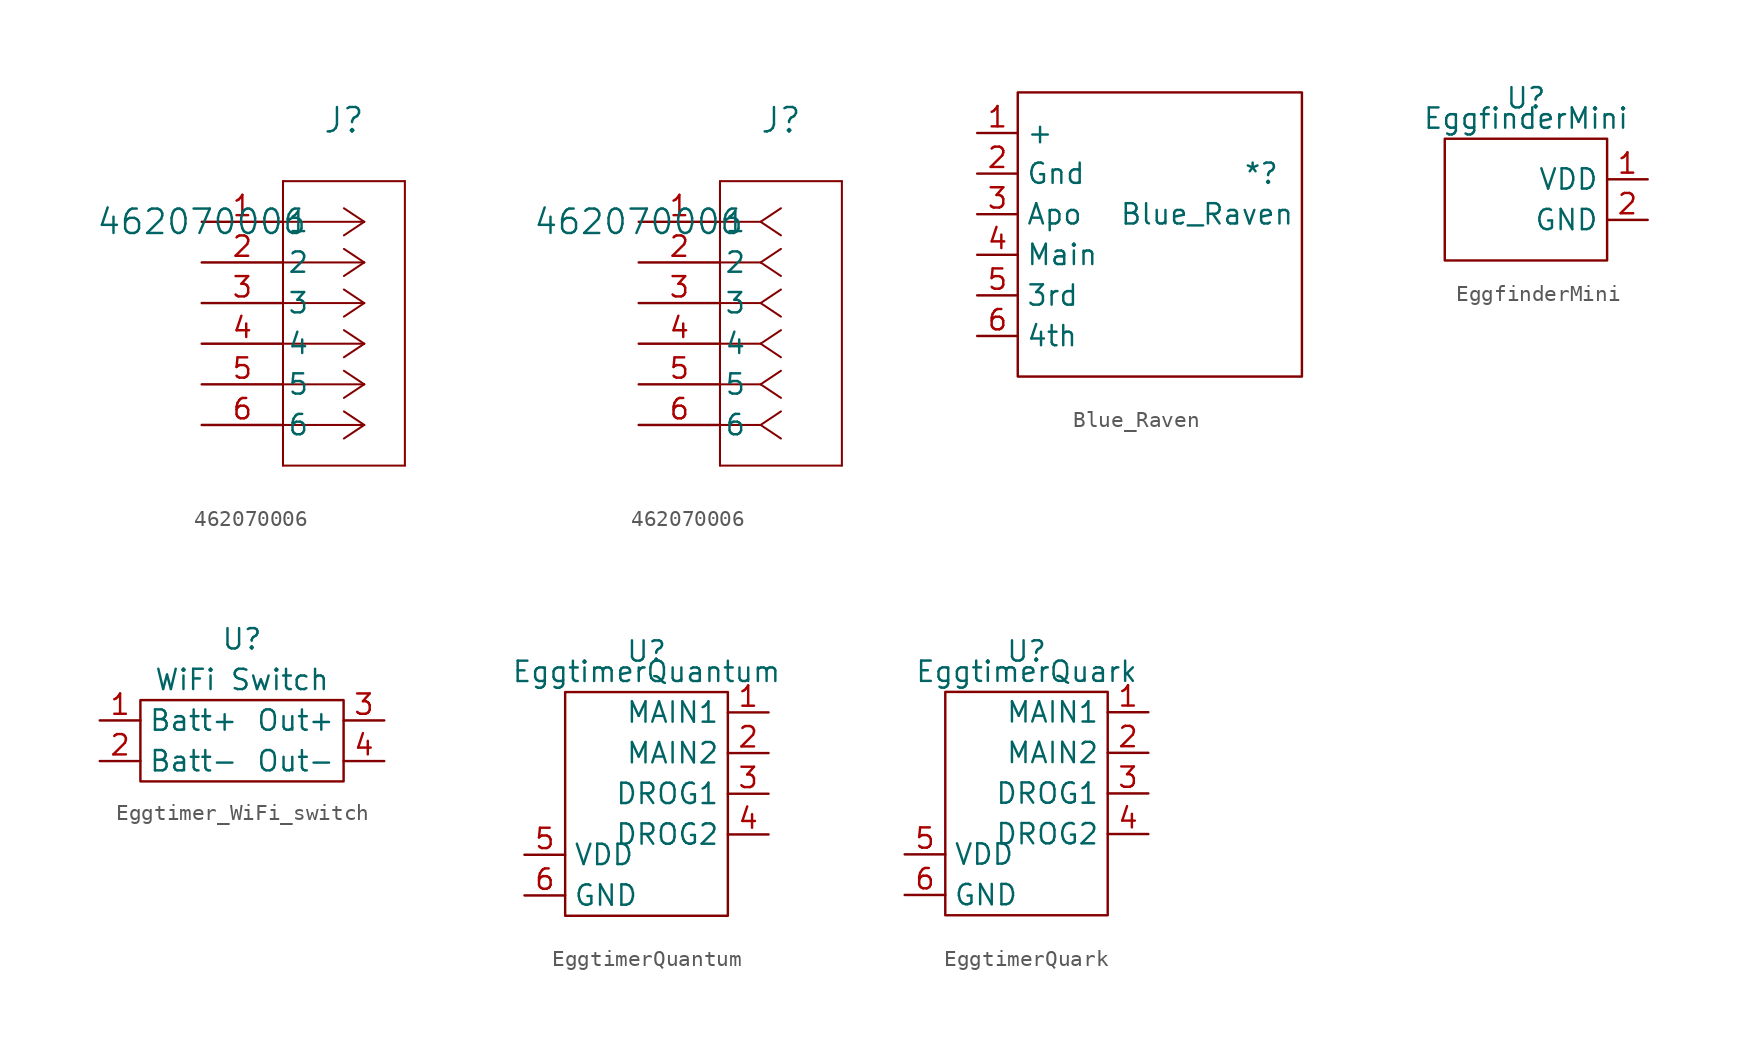
<source format=kicad_sym>
(kicad_symbol_lib
  (version 20220914)
  (generator kicad_symbol_editor)
  (symbol "462070006"
    (pin_names
      (offset 0.254))
    (property "Reference" "J"
      (at 8.89 6.35 0)
      (effects (font (size 1.524 1.524))))
    (property "Value" "462070006"
      (at 0 0 0)
      (effects (font (size 1.524 1.524))))
    (property "ki_locked" ""
      (at 0 0 0)
      (effects (font (size 1.27 1.27))))
    (symbol "462070006_1_1"
      (polyline (pts (xy 5.08 -15.24) (xy 12.7 -15.24)) (stroke (width 0.127) (type default)) (fill (type none)))
      (polyline (pts (xy 5.08 2.54) (xy 5.08 -15.24)) (stroke (width 0.127) (type default)) (fill (type none)))
      (polyline (pts (xy 10.16 -12.7) (xy 5.08 -12.7)) (stroke (width 0.127) (type default)) (fill (type none)))
      (polyline (pts (xy 10.16 -12.7) (xy 8.89 -13.547)) (stroke (width 0.127) (type default)) (fill (type none)))
      (polyline (pts (xy 10.16 -12.7) (xy 8.89 -11.853)) (stroke (width 0.127) (type default)) (fill (type none)))
      (polyline (pts (xy 10.16 -10.16) (xy 5.08 -10.16)) (stroke (width 0.127) (type default)) (fill (type none)))
      (polyline (pts (xy 10.16 -10.16) (xy 8.89 -11.007)) (stroke (width 0.127) (type default)) (fill (type none)))
      (polyline (pts (xy 10.16 -10.16) (xy 8.89 -9.313)) (stroke (width 0.127) (type default)) (fill (type none)))
      (polyline (pts (xy 10.16 -7.62) (xy 5.08 -7.62)) (stroke (width 0.127) (type default)) (fill (type none)))
      (polyline (pts (xy 10.16 -7.62) (xy 8.89 -8.467)) (stroke (width 0.127) (type default)) (fill (type none)))
      (polyline (pts (xy 10.16 -7.62) (xy 8.89 -6.773)) (stroke (width 0.127) (type default)) (fill (type none)))
      (polyline (pts (xy 10.16 -5.08) (xy 5.08 -5.08)) (stroke (width 0.127) (type default)) (fill (type none)))
      (polyline (pts (xy 10.16 -5.08) (xy 8.89 -5.927)) (stroke (width 0.127) (type default)) (fill (type none)))
      (polyline (pts (xy 10.16 -5.08) (xy 8.89 -4.233)) (stroke (width 0.127) (type default)) (fill (type none)))
      (polyline (pts (xy 10.16 -2.54) (xy 5.08 -2.54)) (stroke (width 0.127) (type default)) (fill (type none)))
      (polyline (pts (xy 10.16 -2.54) (xy 8.89 -3.387)) (stroke (width 0.127) (type default)) (fill (type none)))
      (polyline (pts (xy 10.16 -2.54) (xy 8.89 -1.693)) (stroke (width 0.127) (type default)) (fill (type none)))
      (polyline (pts (xy 10.16 0) (xy 5.08 0)) (stroke (width 0.127) (type default)) (fill (type none)))
      (polyline (pts (xy 10.16 0) (xy 8.89 -0.847)) (stroke (width 0.127) (type default)) (fill (type none)))
      (polyline (pts (xy 10.16 0) (xy 8.89 0.847)) (stroke (width 0.127) (type default)) (fill (type none)))
      (polyline (pts (xy 12.7 -15.24) (xy 12.7 2.54)) (stroke (width 0.127) (type default)) (fill (type none)))
      (polyline (pts (xy 12.7 2.54) (xy 5.08 2.54)) (stroke (width 0.127) (type default)) (fill (type none)))
      (pin unspecified line (at 0 0 0) (length 5.08) (name "1" (effects (font (size 1.27 1.27)))) (number "1" (effects (font (size 1.27 1.27)))))
      (pin unspecified line (at 0 -2.54 0) (length 5.08) (name "2" (effects (font (size 1.27 1.27)))) (number "2" (effects (font (size 1.27 1.27)))))
      (pin unspecified line (at 0 -5.08 0) (length 5.08) (name "3" (effects (font (size 1.27 1.27)))) (number "3" (effects (font (size 1.27 1.27)))))
      (pin unspecified line (at 0 -7.62 0) (length 5.08) (name "4" (effects (font (size 1.27 1.27)))) (number "4" (effects (font (size 1.27 1.27)))))
      (pin unspecified line (at 0 -10.16 0) (length 5.08) (name "5" (effects (font (size 1.27 1.27)))) (number "5" (effects (font (size 1.27 1.27)))))
      (pin unspecified line (at 0 -12.7 0) (length 5.08) (name "6" (effects (font (size 1.27 1.27)))) (number "6" (effects (font (size 1.27 1.27))))))
    (symbol "462070006_1_2"
      (polyline (pts (xy 5.08 -15.24) (xy 12.7 -15.24)) (stroke (width 0.127) (type default)) (fill (type none)))
      (polyline (pts (xy 5.08 2.54) (xy 5.08 -15.24)) (stroke (width 0.127) (type default)) (fill (type none)))
      (polyline (pts (xy 7.62 -12.7) (xy 5.08 -12.7)) (stroke (width 0.127) (type default)) (fill (type none)))
      (polyline (pts (xy 7.62 -12.7) (xy 8.89 -13.547)) (stroke (width 0.127) (type default)) (fill (type none)))
      (polyline (pts (xy 7.62 -12.7) (xy 8.89 -11.853)) (stroke (width 0.127) (type default)) (fill (type none)))
      (polyline (pts (xy 7.62 -10.16) (xy 5.08 -10.16)) (stroke (width 0.127) (type default)) (fill (type none)))
      (polyline (pts (xy 7.62 -10.16) (xy 8.89 -11.007)) (stroke (width 0.127) (type default)) (fill (type none)))
      (polyline (pts (xy 7.62 -10.16) (xy 8.89 -9.313)) (stroke (width 0.127) (type default)) (fill (type none)))
      (polyline (pts (xy 7.62 -7.62) (xy 5.08 -7.62)) (stroke (width 0.127) (type default)) (fill (type none)))
      (polyline (pts (xy 7.62 -7.62) (xy 8.89 -8.467)) (stroke (width 0.127) (type default)) (fill (type none)))
      (polyline (pts (xy 7.62 -7.62) (xy 8.89 -6.773)) (stroke (width 0.127) (type default)) (fill (type none)))
      (polyline (pts (xy 7.62 -5.08) (xy 5.08 -5.08)) (stroke (width 0.127) (type default)) (fill (type none)))
      (polyline (pts (xy 7.62 -5.08) (xy 8.89 -5.927)) (stroke (width 0.127) (type default)) (fill (type none)))
      (polyline (pts (xy 7.62 -5.08) (xy 8.89 -4.233)) (stroke (width 0.127) (type default)) (fill (type none)))
      (polyline (pts (xy 7.62 -2.54) (xy 5.08 -2.54)) (stroke (width 0.127) (type default)) (fill (type none)))
      (polyline (pts (xy 7.62 -2.54) (xy 8.89 -3.387)) (stroke (width 0.127) (type default)) (fill (type none)))
      (polyline (pts (xy 7.62 -2.54) (xy 8.89 -1.693)) (stroke (width 0.127) (type default)) (fill (type none)))
      (polyline (pts (xy 7.62 0) (xy 5.08 0)) (stroke (width 0.127) (type default)) (fill (type none)))
      (polyline (pts (xy 7.62 0) (xy 8.89 -0.847)) (stroke (width 0.127) (type default)) (fill (type none)))
      (polyline (pts (xy 7.62 0) (xy 8.89 0.847)) (stroke (width 0.127) (type default)) (fill (type none)))
      (polyline (pts (xy 12.7 -15.24) (xy 12.7 2.54)) (stroke (width 0.127) (type default)) (fill (type none)))
      (polyline (pts (xy 12.7 2.54) (xy 5.08 2.54)) (stroke (width 0.127) (type default)) (fill (type none)))
      (pin unspecified line (at 0 0 0) (length 5.08) (name "1" (effects (font (size 1.27 1.27)))) (number "1" (effects (font (size 1.27 1.27)))))
      (pin unspecified line (at 0 -2.54 0) (length 5.08) (name "2" (effects (font (size 1.27 1.27)))) (number "2" (effects (font (size 1.27 1.27)))))
      (pin unspecified line (at 0 -5.08 0) (length 5.08) (name "3" (effects (font (size 1.27 1.27)))) (number "3" (effects (font (size 1.27 1.27)))))
      (pin unspecified line (at 0 -7.62 0) (length 5.08) (name "4" (effects (font (size 1.27 1.27)))) (number "4" (effects (font (size 1.27 1.27)))))
      (pin unspecified line (at 0 -10.16 0) (length 5.08) (name "5" (effects (font (size 1.27 1.27)))) (number "5" (effects (font (size 1.27 1.27)))))
      (pin unspecified line (at 0 -12.7 0) (length 5.08) (name "6" (effects (font (size 1.27 1.27)))) (number "6" (effects (font (size 1.27 1.27)))))))
  (symbol "Blue_Raven"
    (property "Reference" "*"
      (at 25.4 -5.08 0)
      (effects (font (size 1.27 1.27))))
    (property "Value" "Blue_Raven"
      (at 22 -7.62 0)
      (effects (font (size 1.27 1.27))))
    (symbol "Blue_Raven_0_0"
      (rectangle (start 10.16 0) (end 27.94 -17.78) (stroke (width 0) (type default)) (fill (type none))))
    (symbol "Blue_Raven_1_1"
      (pin input line (at 7.62 -2.54 0) (length 2.54) (name "+" (effects (font (size 1.27 1.27)))) (number "1" (effects (font (size 1.27 1.27)))))
      (pin input line (at 7.62 -5.08 0) (length 2.54) (name "Gnd" (effects (font (size 1.27 1.27)))) (number "2" (effects (font (size 1.27 1.27)))))
      (pin input line (at 7.62 -7.62 0) (length 2.54) (name "Apo" (effects (font (size 1.27 1.27)))) (number "3" (effects (font (size 1.27 1.27)))))
      (pin input line (at 7.62 -10.16 0) (length 2.54) (name "Main" (effects (font (size 1.27 1.27)))) (number "4" (effects (font (size 1.27 1.27)))))
      (pin input line (at 7.62 -12.7 0) (length 2.54) (name "3rd" (effects (font (size 1.27 1.27)))) (number "5" (effects (font (size 1.27 1.27)))))
      (pin input line (at 7.62 -15.24 0) (length 2.54) (name "4th" (effects (font (size 1.27 1.27)))) (number "6" (effects (font (size 1.27 1.27)))))))
  (symbol "EggfinderMini"
    (property "Reference" "U"
      (at 5.08 2.54 0)
      (effects (font (size 1.27 1.27))))
    (property "Value" "EggfinderMini"
      (at 5.08 1.27 0)
      (effects (font (size 1.27 1.27))))
    (symbol "EggfinderMini_0_1"
      (rectangle (start 0 0) (end 10.16 -7.62) (stroke (width 0) (type default)) (fill (type none))))
    (symbol "EggfinderMini_1_1"
      (pin power_in line (at 12.7 -2.54 180) (length 2.54) (name "VDD" (effects (font (size 1.27 1.27)))) (number "1" (effects (font (size 1.27 1.27)))))
      (pin power_in line (at 12.7 -5.08 180) (length 2.54) (name "GND" (effects (font (size 1.27 1.27)))) (number "2" (effects (font (size 1.27 1.27)))))))
  (symbol "Eggtimer_WiFi_switch"
    (property "Reference" "U"
      (at 0 5.08 0)
      (effects (font (size 1.27 1.27))))
    (property "Value" "WiFi Switch"
      (at 0 2.54 0)
      (effects (font (size 1.27 1.27))))
    (symbol "Eggtimer_WiFi_switch_0_0"
      (pin power_in line (at -8.89 0 0) (length 2.54) (name "Batt+" (effects (font (size 1.27 1.27)))) (number "1" (effects (font (size 1.27 1.27)))))
      (pin power_in line (at -8.89 -2.54 0) (length 2.54) (name "Batt-" (effects (font (size 1.27 1.27)))) (number "2" (effects (font (size 1.27 1.27)))))
      (pin power_out line (at 8.89 0 180) (length 2.54) (name "Out+" (effects (font (size 1.27 1.27)))) (number "3" (effects (font (size 1.27 1.27)))))
      (pin power_out line (at 8.89 -2.54 180) (length 2.54) (name "Out-" (effects (font (size 1.27 1.27)))) (number "4" (effects (font (size 1.27 1.27))))))
    (symbol "Eggtimer_WiFi_switch_0_1"
      (rectangle (start -6.35 1.27) (end 6.35 -3.81) (stroke (width 0) (type default)) (fill (type none)))))
  (symbol "EggtimerQuantum"
    (property "Reference" "U"
      (at 0 2.54 0)
      (effects (font (size 1.27 1.27))))
    (property "Value" "EggtimerQuantum"
      (at 0 1.27 0)
      (effects (font (size 1.27 1.27))))
    (symbol "EggtimerQuantum_0_1"
      (rectangle (start -5.08 0) (end 5.08 -13.97) (stroke (width 0) (type default)) (fill (type none))))
    (symbol "EggtimerQuantum_1_1"
      (pin output line (at 7.62 -1.27 180) (length 2.54) (name "MAIN1" (effects (font (size 1.27 1.27)))) (number "1" (effects (font (size 1.27 1.27)))))
      (pin output line (at 7.62 -3.81 180) (length 2.54) (name "MAIN2" (effects (font (size 1.27 1.27)))) (number "2" (effects (font (size 1.27 1.27)))))
      (pin output line (at 7.62 -6.35 180) (length 2.54) (name "DROG1" (effects (font (size 1.27 1.27)))) (number "3" (effects (font (size 1.27 1.27)))))
      (pin output line (at 7.62 -8.89 180) (length 2.54) (name "DROG2" (effects (font (size 1.27 1.27)))) (number "4" (effects (font (size 1.27 1.27)))))
      (pin power_in line (at -7.62 -10.16 0) (length 2.54) (name "VDD" (effects (font (size 1.27 1.27)))) (number "5" (effects (font (size 1.27 1.27)))))
      (pin power_in line (at -7.62 -12.7 0) (length 2.54) (name "GND" (effects (font (size 1.27 1.27)))) (number "6" (effects (font (size 1.27 1.27)))))))
  (symbol "EggtimerQuark"
    (property "Reference" "U"
      (at 0 2.54 0)
      (effects (font (size 1.27 1.27))))
    (property "Value" "EggtimerQuark"
      (at 0 1.27 0)
      (effects (font (size 1.27 1.27))))
    (symbol "EggtimerQuark_0_1"
      (rectangle (start -5.08 0) (end 5.08 -13.97) (stroke (width 0) (type default)) (fill (type none))))
    (symbol "EggtimerQuark_1_1"
      (pin output line (at 7.62 -1.27 180) (length 2.54) (name "MAIN1" (effects (font (size 1.27 1.27)))) (number "1" (effects (font (size 1.27 1.27)))))
      (pin output line (at 7.62 -3.81 180) (length 2.54) (name "MAIN2" (effects (font (size 1.27 1.27)))) (number "2" (effects (font (size 1.27 1.27)))))
      (pin output line (at 7.62 -6.35 180) (length 2.54) (name "DROG1" (effects (font (size 1.27 1.27)))) (number "3" (effects (font (size 1.27 1.27)))))
      (pin output line (at 7.62 -8.89 180) (length 2.54) (name "DROG2" (effects (font (size 1.27 1.27)))) (number "4" (effects (font (size 1.27 1.27)))))
      (pin power_in line (at -7.62 -10.16 0) (length 2.54) (name "VDD" (effects (font (size 1.27 1.27)))) (number "5" (effects (font (size 1.27 1.27)))))
      (pin power_in line (at -7.62 -12.7 0) (length 2.54) (name "GND" (effects (font (size 1.27 1.27)))) (number "6" (effects (font (size 1.27 1.27))))))))
</source>
